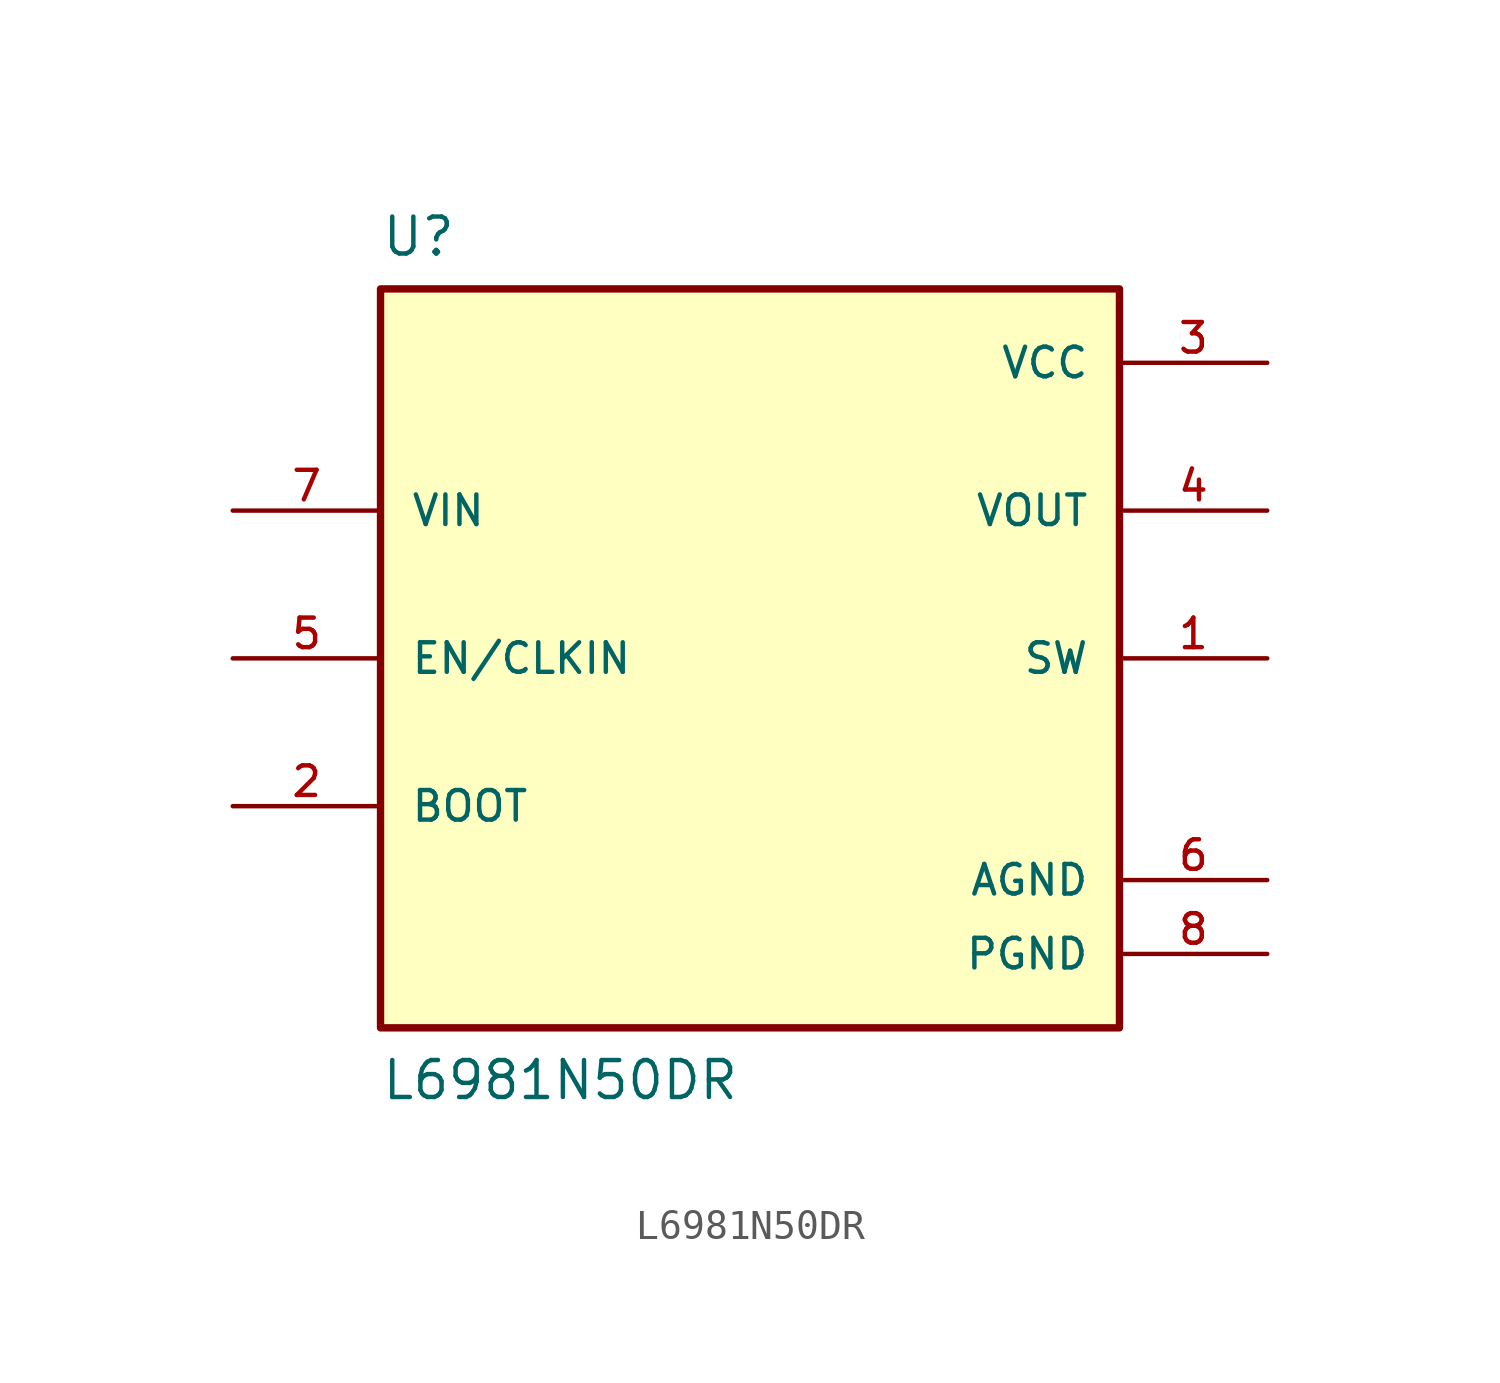
<source format=kicad_sym>
(kicad_symbol_lib
  (version 20211014)
  (generator kicad_symbol_editor)
  (symbol "L6981N50DR"
    (pin_names
      (offset 1.016))
    (property "Reference" "U"
      (at -12.7 15.24 0)
      (effects (font (size 1.27 1.27)) (justify top left)))
    (property "Value" "L6981N50DR"
      (at -12.7 -15.24 0)
      (effects (font (size 1.27 1.27)) (justify bottom left)))
    (symbol "L6981N50DR_0_0"
      (rectangle (start -12.7 -12.7) (end 12.7 12.7) (stroke (width 0.254)) (fill (type background)))
      (pin output line (at 17.78 0.0 180.0) (length 5.08) (name "SW" (effects (font (size 1.016 1.016)))) (number "1" (effects (font (size 1.016 1.016)))))
      (pin passive line (at -17.78 -5.08 0) (length 5.08) (name "BOOT" (effects (font (size 1.016 1.016)))) (number "2" (effects (font (size 1.016 1.016)))))
      (pin power_in line (at 17.78 10.16 180.0) (length 5.08) (name "VCC" (effects (font (size 1.016 1.016)))) (number "3" (effects (font (size 1.016 1.016)))))
      (pin power_in line (at 17.78 5.08 180.0) (length 5.08) (name "VOUT" (effects (font (size 1.016 1.016)))) (number "4" (effects (font (size 1.016 1.016)))))
      (pin power_in line (at 17.78 -10.16 180.0) (length 5.08) (name "PGND" (effects (font (size 1.016 1.016)))) (number "8" (effects (font (size 1.016 1.016)))))
      (pin power_in line (at -17.78 5.08 0) (length 5.08) (name "VIN" (effects (font (size 1.016 1.016)))) (number "7" (effects (font (size 1.016 1.016)))))
      (pin power_in line (at 17.78 -7.62 180.0) (length 5.08) (name "AGND" (effects (font (size 1.016 1.016)))) (number "6" (effects (font (size 1.016 1.016)))))
      (pin input line (at -17.78 0.0 0) (length 5.08) (name "EN/CLKIN" (effects (font (size 1.016 1.016)))) (number "5" (effects (font (size 1.016 1.016))))))))
</source>
